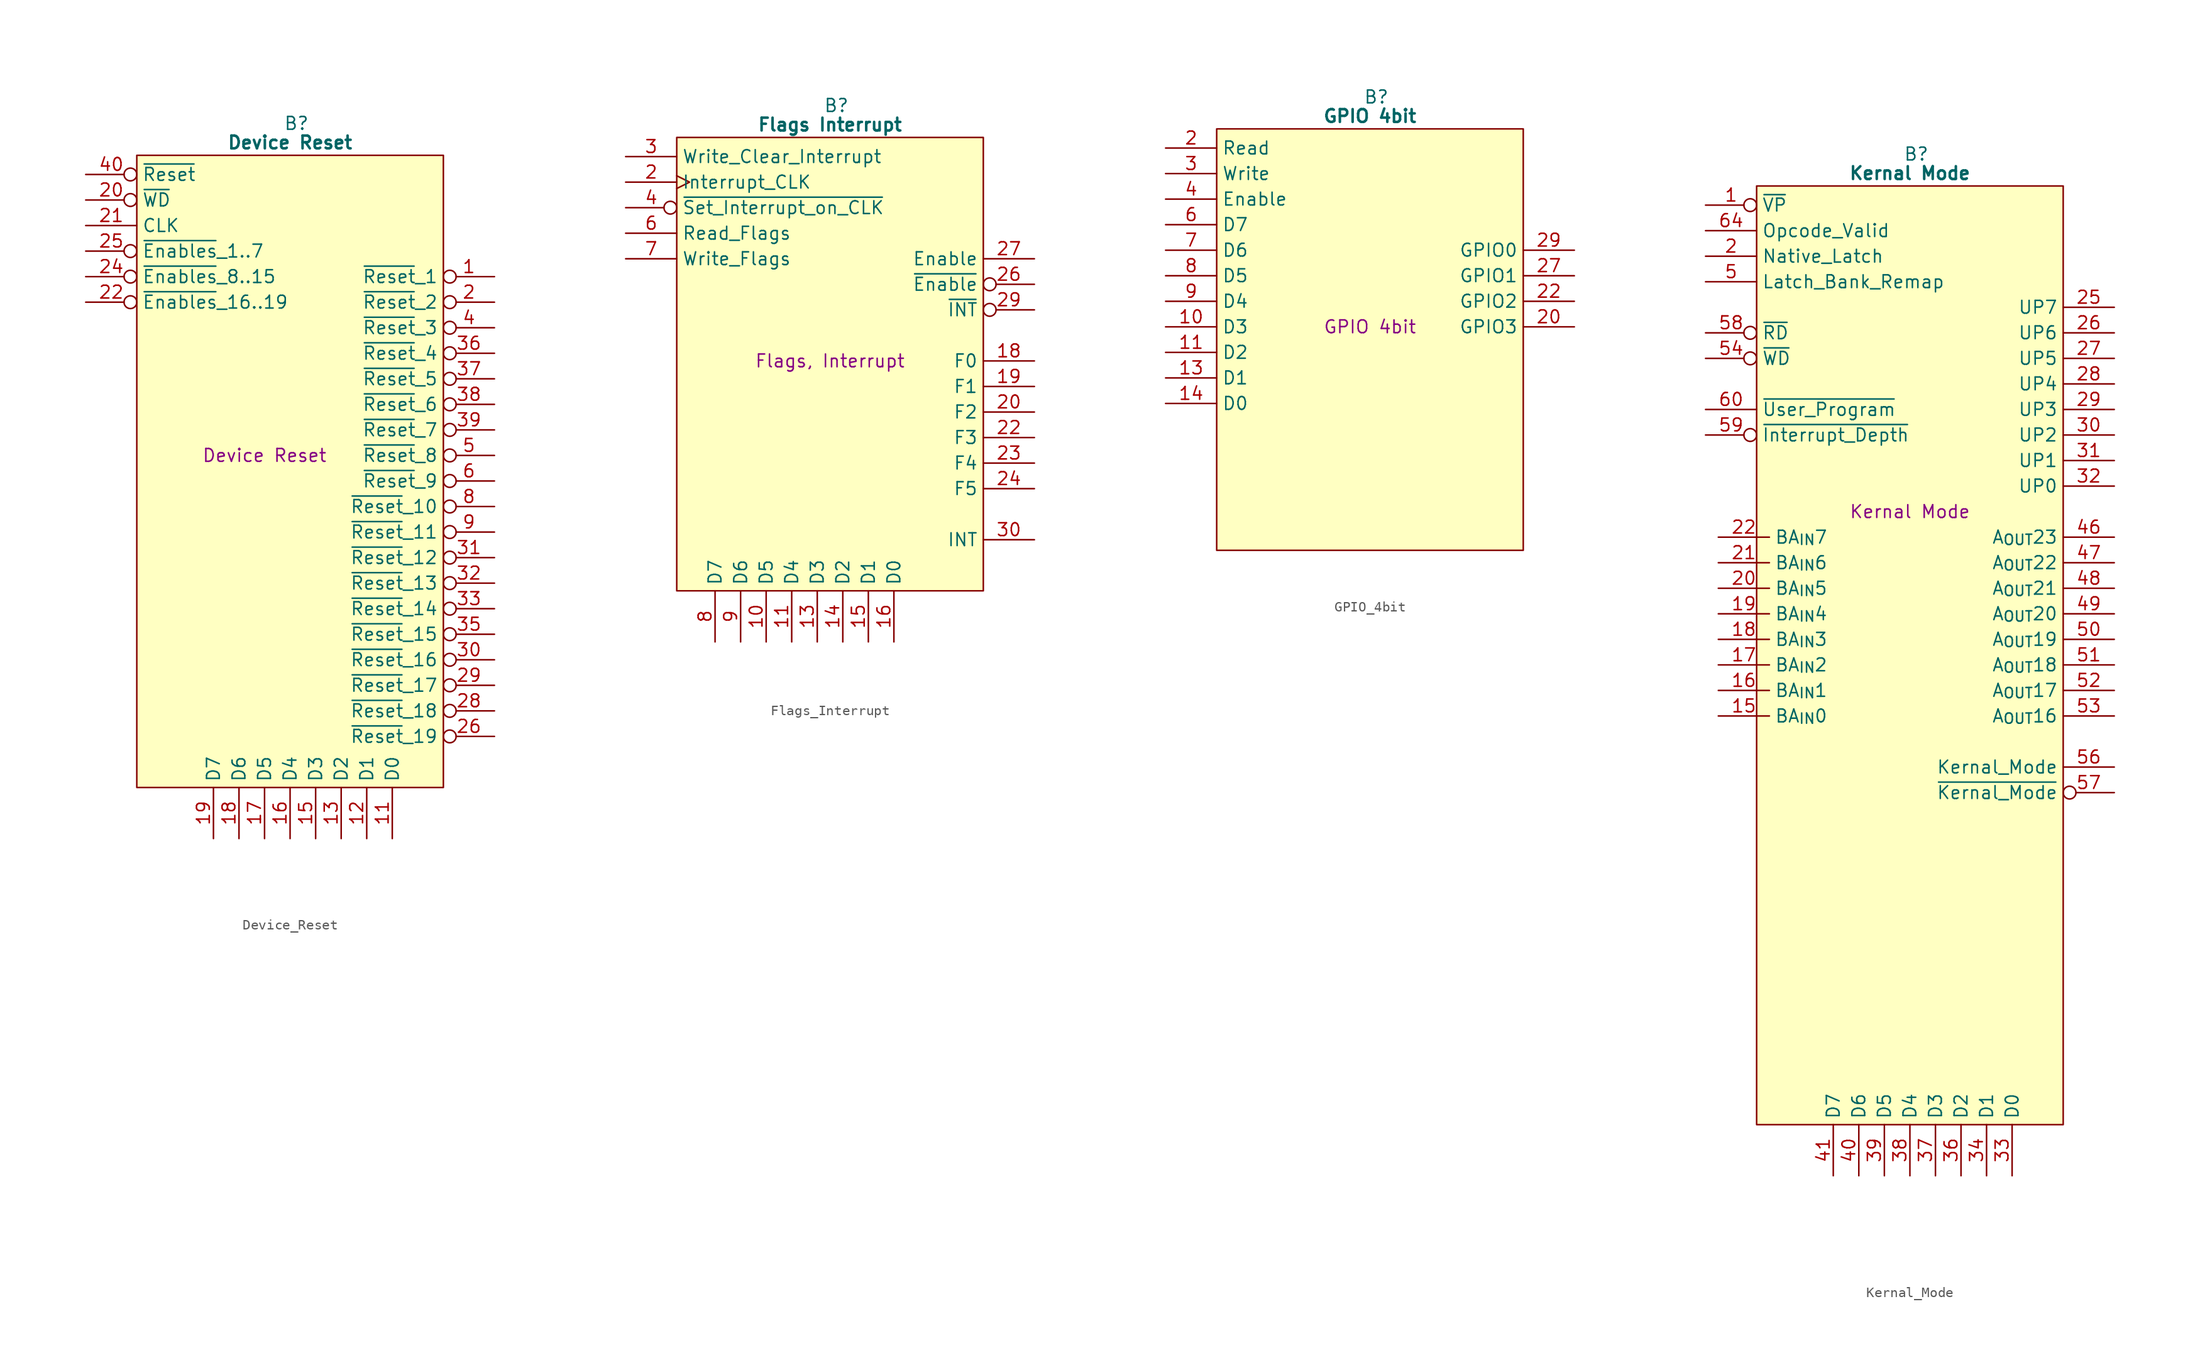
<source format=kicad_sym>
(kicad_symbol_lib
  (version 20220914)
  (generator kicad_symbol_editor)
  (symbol "Device_Reset"
    (property "Reference" "B"
      (at 15.875 5.08 0)
      (effects (font (size 1.27 1.27))))
    (property "Value" "Device Reset"
      (at 15.24 3.175 0)
      (effects (font (size 1.27 1.27) bold)))
    (property "Description" "Device Reset"
      (at 12.7 -27.94 0)
      (effects (font (size 1.27 1.27))))
    (symbol "Device_Reset_0_1"
      (polyline (pts (xy 0 1.905) (xy 30.48 1.905) (xy 30.48 -60.96) (xy 0 -60.96) (xy 0 1.905)) (stroke (width 0.152) (type default)) (fill (type background))))
    (symbol "Device_Reset_1_0"
      (pin output inverted (at 35.56 -40.64 180) (length 5.08) (name "~{Reset}_13" (effects (font (size 1.27 1.27)))) (number "32" (effects (font (size 1.27 1.27)))))
      (pin output inverted (at 35.56 -43.18 180) (length 5.08) (name "~{Reset}_14" (effects (font (size 1.27 1.27)))) (number "33" (effects (font (size 1.27 1.27)))))
      (pin passive line (at 35.56 -7.62 180) (length 5.08) hide (name "GND" (effects (font (size 1.27 1.27)))) (number "34" (effects (font (size 1.27 1.27)))))
      (pin output inverted (at 35.56 -45.72 180) (length 5.08) (name "~{Reset}_15" (effects (font (size 1.27 1.27)))) (number "35" (effects (font (size 1.27 1.27)))))
      (pin output inverted (at 35.56 -17.78 180) (length 5.08) (name "~{Reset}_4" (effects (font (size 1.27 1.27)))) (number "36" (effects (font (size 1.27 1.27)))))
      (pin output inverted (at 35.56 -20.32 180) (length 5.08) (name "~{Reset}_5" (effects (font (size 1.27 1.27)))) (number "37" (effects (font (size 1.27 1.27)))))
      (pin output inverted (at 35.56 -22.86 180) (length 5.08) (name "~{Reset}_6" (effects (font (size 1.27 1.27)))) (number "38" (effects (font (size 1.27 1.27)))))
      (pin output inverted (at 35.56 -25.4 180) (length 5.08) (name "~{Reset}_7" (effects (font (size 1.27 1.27)))) (number "39" (effects (font (size 1.27 1.27))))))
    (symbol "Device_Reset_1_1"
      (pin output inverted (at 35.56 -10.16 180) (length 5.08) (name "~{Reset}_1" (effects (font (size 1.27 1.27)))) (number "1" (effects (font (size 1.27 1.27)))))
      (pin no_connect line (at -5.08 -53.34 0) (length 5.08) hide (name "N.C." (effects (font (size 1.27 1.27)))) (number "10" (effects (font (size 1.27 1.27)))))
      (pin tri_state line (at 25.4 -66.04 90) (length 5.08) (name "D0" (effects (font (size 1.27 1.27)))) (number "11" (effects (font (size 1.27 1.27)))))
      (pin tri_state line (at 22.86 -66.04 90) (length 5.08) (name "D1" (effects (font (size 1.27 1.27)))) (number "12" (effects (font (size 1.27 1.27)))))
      (pin tri_state line (at 20.32 -66.04 90) (length 5.08) (name "D2" (effects (font (size 1.27 1.27)))) (number "13" (effects (font (size 1.27 1.27)))))
      (pin passive line (at 35.56 -2.54 180) (length 5.08) hide (name "GND" (effects (font (size 1.27 1.27)))) (number "14" (effects (font (size 1.27 1.27)))))
      (pin tri_state line (at 17.78 -66.04 90) (length 5.08) (name "D3" (effects (font (size 1.27 1.27)))) (number "15" (effects (font (size 1.27 1.27)))))
      (pin tri_state line (at 15.24 -66.04 90) (length 5.08) (name "D4" (effects (font (size 1.27 1.27)))) (number "16" (effects (font (size 1.27 1.27)))))
      (pin tri_state line (at 12.7 -66.04 90) (length 5.08) (name "D5" (effects (font (size 1.27 1.27)))) (number "17" (effects (font (size 1.27 1.27)))))
      (pin tri_state line (at 10.16 -66.04 90) (length 5.08) (name "D6" (effects (font (size 1.27 1.27)))) (number "18" (effects (font (size 1.27 1.27)))))
      (pin tri_state line (at 7.62 -66.04 90) (length 5.08) (name "D7" (effects (font (size 1.27 1.27)))) (number "19" (effects (font (size 1.27 1.27)))))
      (pin output inverted (at 35.56 -12.7 180) (length 5.08) (name "~{Reset}_2" (effects (font (size 1.27 1.27)))) (number "2" (effects (font (size 1.27 1.27)))))
      (pin input inverted (at -5.08 -2.54 0) (length 5.08) (name "~{WD}" (effects (font (size 1.27 1.27)))) (number "20" (effects (font (size 1.27 1.27)))))
      (pin input line (at -5.08 -5.08 0) (length 5.08) (name "CLK" (effects (font (size 1.27 1.27)))) (number "21" (effects (font (size 1.27 1.27)))))
      (pin input inverted (at -5.08 -12.7 0) (length 5.08) (name "~{Enables}_16..19" (effects (font (size 1.27 1.27)))) (number "22" (effects (font (size 1.27 1.27)))))
      (pin passive line (at -5.08 -58.42 0) (length 5.08) hide (name "5V" (effects (font (size 1.27 1.27)))) (number "23" (effects (font (size 1.27 1.27)))))
      (pin input inverted (at -5.08 -10.16 0) (length 5.08) (name "~{Enables}_8..15" (effects (font (size 1.27 1.27)))) (number "24" (effects (font (size 1.27 1.27)))))
      (pin input inverted (at -5.08 -7.62 0) (length 5.08) (name "~{Enables}_1..7" (effects (font (size 1.27 1.27)))) (number "25" (effects (font (size 1.27 1.27)))))
      (pin output inverted (at 35.56 -55.88 180) (length 5.08) (name "~{Reset}_19" (effects (font (size 1.27 1.27)))) (number "26" (effects (font (size 1.27 1.27)))))
      (pin passive line (at 35.56 -5.08 180) (length 5.08) hide (name "GND" (effects (font (size 1.27 1.27)))) (number "27" (effects (font (size 1.27 1.27)))))
      (pin output inverted (at 35.56 -53.34 180) (length 5.08) (name "~{Reset}_18" (effects (font (size 1.27 1.27)))) (number "28" (effects (font (size 1.27 1.27)))))
      (pin output inverted (at 35.56 -50.8 180) (length 5.08) (name "~{Reset}_17" (effects (font (size 1.27 1.27)))) (number "29" (effects (font (size 1.27 1.27)))))
      (pin passive line (at -5.08 -55.88 0) (length 5.08) hide (name "5V" (effects (font (size 1.27 1.27)))) (number "3" (effects (font (size 1.27 1.27)))))
      (pin output inverted (at 35.56 -48.26 180) (length 5.08) (name "~{Reset}_16" (effects (font (size 1.27 1.27)))) (number "30" (effects (font (size 1.27 1.27)))))
      (pin output inverted (at 35.56 -38.1 180) (length 5.08) (name "~{Reset}_12" (effects (font (size 1.27 1.27)))) (number "31" (effects (font (size 1.27 1.27)))))
      (pin output inverted (at 35.56 -15.24 180) (length 5.08) (name "~{Reset}_3" (effects (font (size 1.27 1.27)))) (number "4" (effects (font (size 1.27 1.27)))))
      (pin input inverted (at -5.08 0 0) (length 5.08) (name "~{Reset}" (effects (font (size 1.27 1.27)))) (number "40" (effects (font (size 1.27 1.27)))))
      (pin output inverted (at 35.56 -27.94 180) (length 5.08) (name "~{Reset}_8" (effects (font (size 1.27 1.27)))) (number "5" (effects (font (size 1.27 1.27)))))
      (pin output inverted (at 35.56 -30.48 180) (length 5.08) (name "~{Reset}_9" (effects (font (size 1.27 1.27)))) (number "6" (effects (font (size 1.27 1.27)))))
      (pin passive line (at 35.56 0 180) (length 5.08) hide (name "GND" (effects (font (size 1.27 1.27)))) (number "7" (effects (font (size 1.27 1.27)))))
      (pin output inverted (at 35.56 -33.02 180) (length 5.08) (name "~{Reset}_10" (effects (font (size 1.27 1.27)))) (number "8" (effects (font (size 1.27 1.27)))))
      (pin output inverted (at 35.56 -35.56 180) (length 5.08) (name "~{Reset}_11" (effects (font (size 1.27 1.27)))) (number "9" (effects (font (size 1.27 1.27)))))))
  (symbol "Flags_Interrupt"
    (property "Reference" "B"
      (at 15.875 5.08 0)
      (effects (font (size 1.27 1.27))))
    (property "Value" "Flags Interrupt"
      (at 15.24 3.175 0)
      (effects (font (size 1.27 1.27) bold)))
    (property "Description" "Flags, Interrupt"
      (at 15.24 -20.32 0)
      (effects (font (size 1.27 1.27))))
    (symbol "Flags_Interrupt_0_1"
      (polyline (pts (xy 0 1.905) (xy 30.48 1.905) (xy 30.48 -43.18) (xy 0 -43.18) (xy 0 1.905)) (stroke (width 0.152) (type default)) (fill (type background))))
    (symbol "Flags_Interrupt_1_1"
      (pin passive line (at -5.08 -38.1 0) (length 5.08) hide (name "5V" (effects (font (size 1.27 1.27)))) (number "1" (effects (font (size 1.27 1.27)))))
      (pin input line (at 8.89 -48.26 90) (length 5.08) (name "D5" (effects (font (size 1.27 1.27)))) (number "10" (effects (font (size 1.27 1.27)))))
      (pin input line (at 11.43 -48.26 90) (length 5.08) (name "D4" (effects (font (size 1.27 1.27)))) (number "11" (effects (font (size 1.27 1.27)))))
      (pin passive line (at 35.56 -2.54 180) (length 5.08) hide (name "GND" (effects (font (size 1.27 1.27)))) (number "12" (effects (font (size 1.27 1.27)))))
      (pin input line (at 13.97 -48.26 90) (length 5.08) (name "D3" (effects (font (size 1.27 1.27)))) (number "13" (effects (font (size 1.27 1.27)))))
      (pin input line (at 16.51 -48.26 90) (length 5.08) (name "D2" (effects (font (size 1.27 1.27)))) (number "14" (effects (font (size 1.27 1.27)))))
      (pin input line (at 19.05 -48.26 90) (length 5.08) (name "D1" (effects (font (size 1.27 1.27)))) (number "15" (effects (font (size 1.27 1.27)))))
      (pin input line (at 21.59 -48.26 90) (length 5.08) (name "D0" (effects (font (size 1.27 1.27)))) (number "16" (effects (font (size 1.27 1.27)))))
      (pin passive line (at -5.08 -40.64 0) (length 5.08) hide (name "5V" (effects (font (size 1.27 1.27)))) (number "17" (effects (font (size 1.27 1.27)))))
      (pin output line (at 35.56 -20.32 180) (length 5.08) (name "F0" (effects (font (size 1.27 1.27)))) (number "18" (effects (font (size 1.27 1.27)))))
      (pin output line (at 35.56 -22.86 180) (length 5.08) (name "F1" (effects (font (size 1.27 1.27)))) (number "19" (effects (font (size 1.27 1.27)))))
      (pin input clock (at -5.08 -2.54 0) (length 5.08) (name "Interrupt_CLK" (effects (font (size 1.27 1.27)))) (number "2" (effects (font (size 1.27 1.27)))))
      (pin output line (at 35.56 -25.4 180) (length 5.08) (name "F2" (effects (font (size 1.27 1.27)))) (number "20" (effects (font (size 1.27 1.27)))))
      (pin passive line (at 35.56 -5.08 180) (length 5.08) hide (name "GND" (effects (font (size 1.27 1.27)))) (number "21" (effects (font (size 1.27 1.27)))))
      (pin output line (at 35.56 -27.94 180) (length 5.08) (name "F3" (effects (font (size 1.27 1.27)))) (number "22" (effects (font (size 1.27 1.27)))))
      (pin output line (at 35.56 -30.48 180) (length 5.08) (name "F4" (effects (font (size 1.27 1.27)))) (number "23" (effects (font (size 1.27 1.27)))))
      (pin output line (at 35.56 -33.02 180) (length 5.08) (name "F5" (effects (font (size 1.27 1.27)))) (number "24" (effects (font (size 1.27 1.27)))))
      (pin no_connect line (at 35.56 -35.56 180) (length 5.08) hide (name "N.C." (effects (font (size 1.27 1.27)))) (number "25" (effects (font (size 1.27 1.27)))))
      (pin output inverted (at 35.56 -12.7 180) (length 5.08) (name "~{Enable}" (effects (font (size 1.27 1.27)))) (number "26" (effects (font (size 1.27 1.27)))))
      (pin output line (at 35.56 -10.16 180) (length 5.08) (name "Enable" (effects (font (size 1.27 1.27)))) (number "27" (effects (font (size 1.27 1.27)))))
      (pin passive line (at 35.56 -7.62 180) (length 5.08) hide (name "GND" (effects (font (size 1.27 1.27)))) (number "28" (effects (font (size 1.27 1.27)))))
      (pin output inverted (at 35.56 -15.24 180) (length 5.08) (name "~{INT}" (effects (font (size 1.27 1.27)))) (number "29" (effects (font (size 1.27 1.27)))))
      (pin input line (at -5.08 0 0) (length 5.08) (name "Write_Clear_Interrupt" (effects (font (size 1.27 1.27)))) (number "3" (effects (font (size 1.27 1.27)))))
      (pin output line (at 35.56 -38.1 180) (length 5.08) (name "INT" (effects (font (size 1.27 1.27)))) (number "30" (effects (font (size 1.27 1.27)))))
      (pin no_connect line (at 35.56 -40.64 180) (length 5.08) hide (name "N.C." (effects (font (size 1.27 1.27)))) (number "31" (effects (font (size 1.27 1.27)))))
      (pin no_connect line (at 35.56 -17.78 180) (length 5.08) hide (name "N.C." (effects (font (size 1.27 1.27)))) (number "32" (effects (font (size 1.27 1.27)))))
      (pin input inverted (at -5.08 -5.08 0) (length 5.08) (name "~{Set_Interrupt_on_CLK}" (effects (font (size 1.27 1.27)))) (number "4" (effects (font (size 1.27 1.27)))))
      (pin passive line (at 35.56 0 180) (length 5.08) hide (name "GND" (effects (font (size 1.27 1.27)))) (number "5" (effects (font (size 1.27 1.27)))))
      (pin input line (at -5.08 -7.62 0) (length 5.08) (name "Read_Flags" (effects (font (size 1.27 1.27)))) (number "6" (effects (font (size 1.27 1.27)))))
      (pin input line (at -5.08 -10.16 0) (length 5.08) (name "Write_Flags" (effects (font (size 1.27 1.27)))) (number "7" (effects (font (size 1.27 1.27)))))
      (pin input line (at 3.81 -48.26 90) (length 5.08) (name "D7" (effects (font (size 1.27 1.27)))) (number "8" (effects (font (size 1.27 1.27)))))
      (pin input line (at 6.35 -48.26 90) (length 5.08) (name "D6" (effects (font (size 1.27 1.27)))) (number "9" (effects (font (size 1.27 1.27)))))))
  (symbol "GPIO_4bit"
    (property "Reference" "B"
      (at 15.875 5.08 0)
      (effects (font (size 1.27 1.27))))
    (property "Value" "GPIO 4bit"
      (at 15.24 3.175 0)
      (effects (font (size 1.27 1.27) bold)))
    (property "Description" "GPIO 4bit"
      (at 15.24 -17.78 0)
      (effects (font (size 1.27 1.27))))
    (symbol "GPIO_4bit_0_1"
      (polyline (pts (xy 0 1.905) (xy 30.48 1.905) (xy 30.48 -40.005) (xy 0 -40.005) (xy 0 1.905)) (stroke (width 0.152) (type default)) (fill (type background))))
    (symbol "GPIO_4bit_1_1"
      (pin passive line (at -5.08 -35.56 0) (length 5.08) hide (name "5V" (effects (font (size 1.27 1.27)))) (number "1" (effects (font (size 1.27 1.27)))))
      (pin tri_state line (at -5.08 -17.78 0) (length 5.08) (name "D3" (effects (font (size 1.27 1.27)))) (number "10" (effects (font (size 1.27 1.27)))))
      (pin tri_state line (at -5.08 -20.32 0) (length 5.08) (name "D2" (effects (font (size 1.27 1.27)))) (number "11" (effects (font (size 1.27 1.27)))))
      (pin passive line (at 35.56 -2.54 180) (length 5.08) hide (name "GND" (effects (font (size 1.27 1.27)))) (number "12" (effects (font (size 1.27 1.27)))))
      (pin tri_state line (at -5.08 -22.86 0) (length 5.08) (name "D1" (effects (font (size 1.27 1.27)))) (number "13" (effects (font (size 1.27 1.27)))))
      (pin tri_state line (at -5.08 -25.4 0) (length 5.08) (name "D0" (effects (font (size 1.27 1.27)))) (number "14" (effects (font (size 1.27 1.27)))))
      (pin no_connect line (at -5.08 -27.94 0) (length 5.08) hide (name "N.C." (effects (font (size 1.27 1.27)))) (number "15" (effects (font (size 1.27 1.27)))))
      (pin no_connect line (at -5.08 -30.48 0) (length 5.08) hide (name "N.C." (effects (font (size 1.27 1.27)))) (number "16" (effects (font (size 1.27 1.27)))))
      (pin passive line (at -5.08 -38.1 0) (length 5.08) hide (name "5V" (effects (font (size 1.27 1.27)))) (number "17" (effects (font (size 1.27 1.27)))))
      (pin no_connect line (at -5.08 -33.02 0) (length 5.08) hide (name "N.C." (effects (font (size 1.27 1.27)))) (number "18" (effects (font (size 1.27 1.27)))))
      (pin no_connect line (at 35.56 -20.32 180) (length 5.08) hide (name "N.C." (effects (font (size 1.27 1.27)))) (number "19" (effects (font (size 1.27 1.27)))))
      (pin input line (at -5.08 0 0) (length 5.08) (name "Read" (effects (font (size 1.27 1.27)))) (number "2" (effects (font (size 1.27 1.27)))))
      (pin tri_state line (at 35.56 -17.78 180) (length 5.08) (name "GPIO3" (effects (font (size 1.27 1.27)))) (number "20" (effects (font (size 1.27 1.27)))))
      (pin passive line (at 35.56 -5.08 180) (length 5.08) hide (name "GND" (effects (font (size 1.27 1.27)))) (number "21" (effects (font (size 1.27 1.27)))))
      (pin tri_state line (at 35.56 -15.24 180) (length 5.08) (name "GPIO2" (effects (font (size 1.27 1.27)))) (number "22" (effects (font (size 1.27 1.27)))))
      (pin no_connect line (at 35.56 -22.86 180) (length 5.08) hide (name "N.C." (effects (font (size 1.27 1.27)))) (number "23" (effects (font (size 1.27 1.27)))))
      (pin no_connect line (at 35.56 -25.4 180) (length 5.08) hide (name "N.C." (effects (font (size 1.27 1.27)))) (number "24" (effects (font (size 1.27 1.27)))))
      (pin no_connect line (at 35.56 -27.94 180) (length 5.08) hide (name "N.C." (effects (font (size 1.27 1.27)))) (number "25" (effects (font (size 1.27 1.27)))))
      (pin no_connect line (at 35.56 -30.48 180) (length 5.08) hide (name "N.C." (effects (font (size 1.27 1.27)))) (number "26" (effects (font (size 1.27 1.27)))))
      (pin tri_state line (at 35.56 -12.7 180) (length 5.08) (name "GPIO1" (effects (font (size 1.27 1.27)))) (number "27" (effects (font (size 1.27 1.27)))))
      (pin passive line (at 35.56 -7.62 180) (length 5.08) hide (name "GND" (effects (font (size 1.27 1.27)))) (number "28" (effects (font (size 1.27 1.27)))))
      (pin tri_state line (at 35.56 -10.16 180) (length 5.08) (name "GPIO0" (effects (font (size 1.27 1.27)))) (number "29" (effects (font (size 1.27 1.27)))))
      (pin input line (at -5.08 -2.54 0) (length 5.08) (name "Write" (effects (font (size 1.27 1.27)))) (number "3" (effects (font (size 1.27 1.27)))))
      (pin no_connect line (at 35.56 -33.02 180) (length 5.08) hide (name "N.C." (effects (font (size 1.27 1.27)))) (number "30" (effects (font (size 1.27 1.27)))))
      (pin no_connect line (at 35.56 -35.56 180) (length 5.08) hide (name "N.C." (effects (font (size 1.27 1.27)))) (number "31" (effects (font (size 1.27 1.27)))))
      (pin no_connect line (at 35.56 -38.1 180) (length 5.08) hide (name "N.C." (effects (font (size 1.27 1.27)))) (number "32" (effects (font (size 1.27 1.27)))))
      (pin input line (at -5.08 -5.08 0) (length 5.08) (name "Enable" (effects (font (size 1.27 1.27)))) (number "4" (effects (font (size 1.27 1.27)))))
      (pin passive line (at 35.56 0 180) (length 5.08) hide (name "GND" (effects (font (size 1.27 1.27)))) (number "5" (effects (font (size 1.27 1.27)))))
      (pin tri_state line (at -5.08 -7.62 0) (length 5.08) (name "D7" (effects (font (size 1.27 1.27)))) (number "6" (effects (font (size 1.27 1.27)))))
      (pin tri_state line (at -5.08 -10.16 0) (length 5.08) (name "D6" (effects (font (size 1.27 1.27)))) (number "7" (effects (font (size 1.27 1.27)))))
      (pin tri_state line (at -5.08 -12.7 0) (length 5.08) (name "D5" (effects (font (size 1.27 1.27)))) (number "8" (effects (font (size 1.27 1.27)))))
      (pin tri_state line (at -5.08 -15.24 0) (length 5.08) (name "D4" (effects (font (size 1.27 1.27)))) (number "9" (effects (font (size 1.27 1.27)))))))
  (symbol "Kernal_Mode"
    (property "Reference" "B"
      (at 15.875 5.08 0)
      (effects (font (size 1.27 1.27))))
    (property "Value" "Kernal Mode"
      (at 15.24 3.175 0)
      (effects (font (size 1.27 1.27) bold)))
    (property "Description" "Kernal Mode"
      (at 15.24 -30.48 0)
      (effects (font (size 1.27 1.27))))
    (symbol "Kernal_Mode_0_1"
      (polyline (pts (xy 0 1.905) (xy 30.48 1.905) (xy 30.48 -91.44) (xy 0 -91.44) (xy 0 1.905)) (stroke (width 0.152) (type default)) (fill (type background))))
    (symbol "Kernal_Mode_1_0"
      (pin output line (at 35.56 -27.94 180) (length 5.08) (name "UP0" (effects (font (size 1.27 1.27)))) (number "32" (effects (font (size 1.27 1.27)))))
      (pin tri_state line (at 25.4 -96.52 90) (length 5.08) (name "D0" (effects (font (size 1.27 1.27)))) (number "33" (effects (font (size 1.27 1.27)))))
      (pin tri_state line (at 22.86 -96.52 90) (length 5.08) (name "D1" (effects (font (size 1.27 1.27)))) (number "34" (effects (font (size 1.27 1.27)))))
      (pin tri_state line (at 20.32 -96.52 90) (length 5.08) (name "D2" (effects (font (size 1.27 1.27)))) (number "36" (effects (font (size 1.27 1.27)))))
      (pin tri_state line (at 17.78 -96.52 90) (length 5.08) (name "D3" (effects (font (size 1.27 1.27)))) (number "37" (effects (font (size 1.27 1.27)))))
      (pin tri_state line (at 15.24 -96.52 90) (length 5.08) (name "D4" (effects (font (size 1.27 1.27)))) (number "38" (effects (font (size 1.27 1.27)))))
      (pin tri_state line (at 12.7 -96.52 90) (length 5.08) (name "D5" (effects (font (size 1.27 1.27)))) (number "39" (effects (font (size 1.27 1.27)))))
      (pin no_connect line (at -5.08 -81.28 0) (length 5.08) hide (name "N.C." (effects (font (size 1.27 1.27)))) (number "45" (effects (font (size 1.27 1.27)))))
      (pin input inverted (at -5.08 -15.24 0) (length 5.08) (name "~{WD}" (effects (font (size 1.27 1.27)))) (number "54" (effects (font (size 1.27 1.27)))))
      (pin output line (at 35.56 -55.88 180) (length 5.08) (name "Kernal_Mode" (effects (font (size 1.27 1.27)))) (number "56" (effects (font (size 1.27 1.27)))))
      (pin output inverted (at 35.56 -58.42 180) (length 5.08) (name "~{Kernal_Mode}" (effects (font (size 1.27 1.27)))) (number "57" (effects (font (size 1.27 1.27)))))
      (pin input inverted (at -5.08 -12.7 0) (length 5.08) (name "~{RD}" (effects (font (size 1.27 1.27)))) (number "58" (effects (font (size 1.27 1.27)))))
      (pin input inverted (at -5.08 -22.86 0) (length 5.08) (name "~{Interrupt_Depth}" (effects (font (size 1.27 1.27)))) (number "59" (effects (font (size 1.27 1.27)))))
      (pin input line (at -5.08 -20.32 0) (length 5.08) (name "~{User_Program}" (effects (font (size 1.27 1.27)))) (number "60" (effects (font (size 1.27 1.27)))))
      (pin output line (at 35.56 -60.96 180) (length 5.08) hide (name "Kernal_Mode_{_PART}" (effects (font (size 1.27 1.27)))) (number "61" (effects (font (size 1.27 1.27))))))
    (symbol "Kernal_Mode_1_1"
      (pin input inverted (at -5.08 0 0) (length 5.08) (name "~{VP}" (effects (font (size 1.27 1.27)))) (number "1" (effects (font (size 1.27 1.27)))))
      (pin passive line (at 35.56 0 180) (length 5.08) hide (name "GND" (effects (font (size 1.27 1.27)))) (number "10" (effects (font (size 1.27 1.27)))))
      (pin output line (at 35.56 -78.74 180) (length 5.08) hide (name "C4" (effects (font (size 1.27 1.27)))) (number "11" (effects (font (size 1.27 1.27)))))
      (pin output line (at 35.56 -76.2 180) (length 5.08) hide (name "C5" (effects (font (size 1.27 1.27)))) (number "12" (effects (font (size 1.27 1.27)))))
      (pin output line (at 35.56 -73.66 180) (length 5.08) hide (name "C6" (effects (font (size 1.27 1.27)))) (number "13" (effects (font (size 1.27 1.27)))))
      (pin output line (at 35.56 -71.12 180) (length 5.08) hide (name "C7" (effects (font (size 1.27 1.27)))) (number "14" (effects (font (size 1.27 1.27)))))
      (pin input line (at -3.81 -50.8 0) (length 5.08) (name "BA_{IN}0" (effects (font (size 1.27 1.27)))) (number "15" (effects (font (size 1.27 1.27)))))
      (pin input line (at -3.81 -48.26 0) (length 5.08) (name "BA_{IN}1" (effects (font (size 1.27 1.27)))) (number "16" (effects (font (size 1.27 1.27)))))
      (pin input line (at -3.81 -45.72 0) (length 5.08) (name "BA_{IN}2" (effects (font (size 1.27 1.27)))) (number "17" (effects (font (size 1.27 1.27)))))
      (pin input line (at -3.81 -43.18 0) (length 5.08) (name "BA_{IN}3" (effects (font (size 1.27 1.27)))) (number "18" (effects (font (size 1.27 1.27)))))
      (pin input line (at -3.81 -40.64 0) (length 5.08) (name "BA_{IN}4" (effects (font (size 1.27 1.27)))) (number "19" (effects (font (size 1.27 1.27)))))
      (pin input line (at -5.08 -5.08 0) (length 5.08) (name "Native_Latch" (effects (font (size 1.27 1.27)))) (number "2" (effects (font (size 1.27 1.27)))))
      (pin input line (at -3.81 -38.1 0) (length 5.08) (name "BA_{IN}5" (effects (font (size 1.27 1.27)))) (number "20" (effects (font (size 1.27 1.27)))))
      (pin input line (at -3.81 -35.56 0) (length 5.08) (name "BA_{IN}6" (effects (font (size 1.27 1.27)))) (number "21" (effects (font (size 1.27 1.27)))))
      (pin input line (at -3.81 -33.02 0) (length 5.08) (name "BA_{IN}7" (effects (font (size 1.27 1.27)))) (number "22" (effects (font (size 1.27 1.27)))))
      (pin passive line (at 35.56 -2.54 180) (length 5.08) hide (name "GND" (effects (font (size 1.27 1.27)))) (number "23" (effects (font (size 1.27 1.27)))))
      (pin no_connect line (at -5.08 -73.66 0) (length 5.08) hide (name "N.C." (effects (font (size 1.27 1.27)))) (number "24" (effects (font (size 1.27 1.27)))))
      (pin output line (at 35.56 -10.16 180) (length 5.08) (name "UP7" (effects (font (size 1.27 1.27)))) (number "25" (effects (font (size 1.27 1.27)))))
      (pin output line (at 35.56 -12.7 180) (length 5.08) (name "UP6" (effects (font (size 1.27 1.27)))) (number "26" (effects (font (size 1.27 1.27)))))
      (pin output line (at 35.56 -15.24 180) (length 5.08) (name "UP5" (effects (font (size 1.27 1.27)))) (number "27" (effects (font (size 1.27 1.27)))))
      (pin output line (at 35.56 -17.78 180) (length 5.08) (name "UP4" (effects (font (size 1.27 1.27)))) (number "28" (effects (font (size 1.27 1.27)))))
      (pin output line (at 35.56 -20.32 180) (length 5.08) (name "UP3" (effects (font (size 1.27 1.27)))) (number "29" (effects (font (size 1.27 1.27)))))
      (pin passive line (at -5.08 -86.36 0) (length 5.08) hide (name "5V" (effects (font (size 1.27 1.27)))) (number "3" (effects (font (size 1.27 1.27)))))
      (pin output line (at 35.56 -22.86 180) (length 5.08) (name "UP2" (effects (font (size 1.27 1.27)))) (number "30" (effects (font (size 1.27 1.27)))))
      (pin output line (at 35.56 -25.4 180) (length 5.08) (name "UP1" (effects (font (size 1.27 1.27)))) (number "31" (effects (font (size 1.27 1.27)))))
      (pin passive line (at -5.08 -88.9 0) (length 5.08) hide (name "5V" (effects (font (size 1.27 1.27)))) (number "35" (effects (font (size 1.27 1.27)))))
      (pin output line (at 35.56 -68.58 180) (length 5.08) hide (name "Interrupt_CLK" (effects (font (size 1.27 1.27)))) (number "4" (effects (font (size 1.27 1.27)))))
      (pin tri_state line (at 10.16 -96.52 90) (length 5.08) (name "D6" (effects (font (size 1.27 1.27)))) (number "40" (effects (font (size 1.27 1.27)))))
      (pin tri_state line (at 7.62 -96.52 90) (length 5.08) (name "D7" (effects (font (size 1.27 1.27)))) (number "41" (effects (font (size 1.27 1.27)))))
      (pin passive line (at 35.56 -5.08 180) (length 5.08) hide (name "GND" (effects (font (size 1.27 1.27)))) (number "42" (effects (font (size 1.27 1.27)))))
      (pin no_connect line (at -5.08 -76.2 0) (length 5.08) hide (name "N.C." (effects (font (size 1.27 1.27)))) (number "43" (effects (font (size 1.27 1.27)))))
      (pin no_connect line (at -5.08 -78.74 0) (length 5.08) hide (name "N.C." (effects (font (size 1.27 1.27)))) (number "44" (effects (font (size 1.27 1.27)))))
      (pin output line (at 35.56 -33.02 180) (length 5.08) (name "A_{OUT}23" (effects (font (size 1.27 1.27)))) (number "46" (effects (font (size 1.27 1.27)))))
      (pin output line (at 35.56 -35.56 180) (length 5.08) (name "A_{OUT}22" (effects (font (size 1.27 1.27)))) (number "47" (effects (font (size 1.27 1.27)))))
      (pin output line (at 35.56 -38.1 180) (length 5.08) (name "A_{OUT}21" (effects (font (size 1.27 1.27)))) (number "48" (effects (font (size 1.27 1.27)))))
      (pin output line (at 35.56 -40.64 180) (length 5.08) (name "A_{OUT}20" (effects (font (size 1.27 1.27)))) (number "49" (effects (font (size 1.27 1.27)))))
      (pin input line (at -5.08 -7.62 0) (length 5.08) (name "Latch_Bank_Remap" (effects (font (size 1.27 1.27)))) (number "5" (effects (font (size 1.27 1.27)))))
      (pin output line (at 35.56 -43.18 180) (length 5.08) (name "A_{OUT}19" (effects (font (size 1.27 1.27)))) (number "50" (effects (font (size 1.27 1.27)))))
      (pin output line (at 35.56 -45.72 180) (length 5.08) (name "A_{OUT}18" (effects (font (size 1.27 1.27)))) (number "51" (effects (font (size 1.27 1.27)))))
      (pin output line (at 35.56 -48.26 180) (length 5.08) (name "A_{OUT}17" (effects (font (size 1.27 1.27)))) (number "52" (effects (font (size 1.27 1.27)))))
      (pin output line (at 35.56 -50.8 180) (length 5.08) (name "A_{OUT}16" (effects (font (size 1.27 1.27)))) (number "53" (effects (font (size 1.27 1.27)))))
      (pin passive line (at 35.56 -7.62 180) (length 5.08) hide (name "GND" (effects (font (size 1.27 1.27)))) (number "55" (effects (font (size 1.27 1.27)))))
      (pin output line (at 35.56 -88.9 180) (length 5.08) hide (name "C0" (effects (font (size 1.27 1.27)))) (number "6" (effects (font (size 1.27 1.27)))))
      (pin output line (at 35.56 -63.5 180) (length 5.08) hide (name "Enter_Interrupt" (effects (font (size 1.27 1.27)))) (number "62" (effects (font (size 1.27 1.27)))))
      (pin output line (at 35.56 -66.04 180) (length 5.08) hide (name "RTI" (effects (font (size 1.27 1.27)))) (number "63" (effects (font (size 1.27 1.27)))))
      (pin input line (at -5.08 -2.54 0) (length 5.08) (name "Opcode_Valid" (effects (font (size 1.27 1.27)))) (number "64" (effects (font (size 1.27 1.27)))))
      (pin output line (at 35.56 -86.36 180) (length 5.08) hide (name "C1" (effects (font (size 1.27 1.27)))) (number "7" (effects (font (size 1.27 1.27)))))
      (pin output line (at 35.56 -83.82 180) (length 5.08) hide (name "C2" (effects (font (size 1.27 1.27)))) (number "8" (effects (font (size 1.27 1.27)))))
      (pin output line (at 35.56 -81.28 180) (length 5.08) hide (name "C3" (effects (font (size 1.27 1.27)))) (number "9" (effects (font (size 1.27 1.27))))))))
</source>
